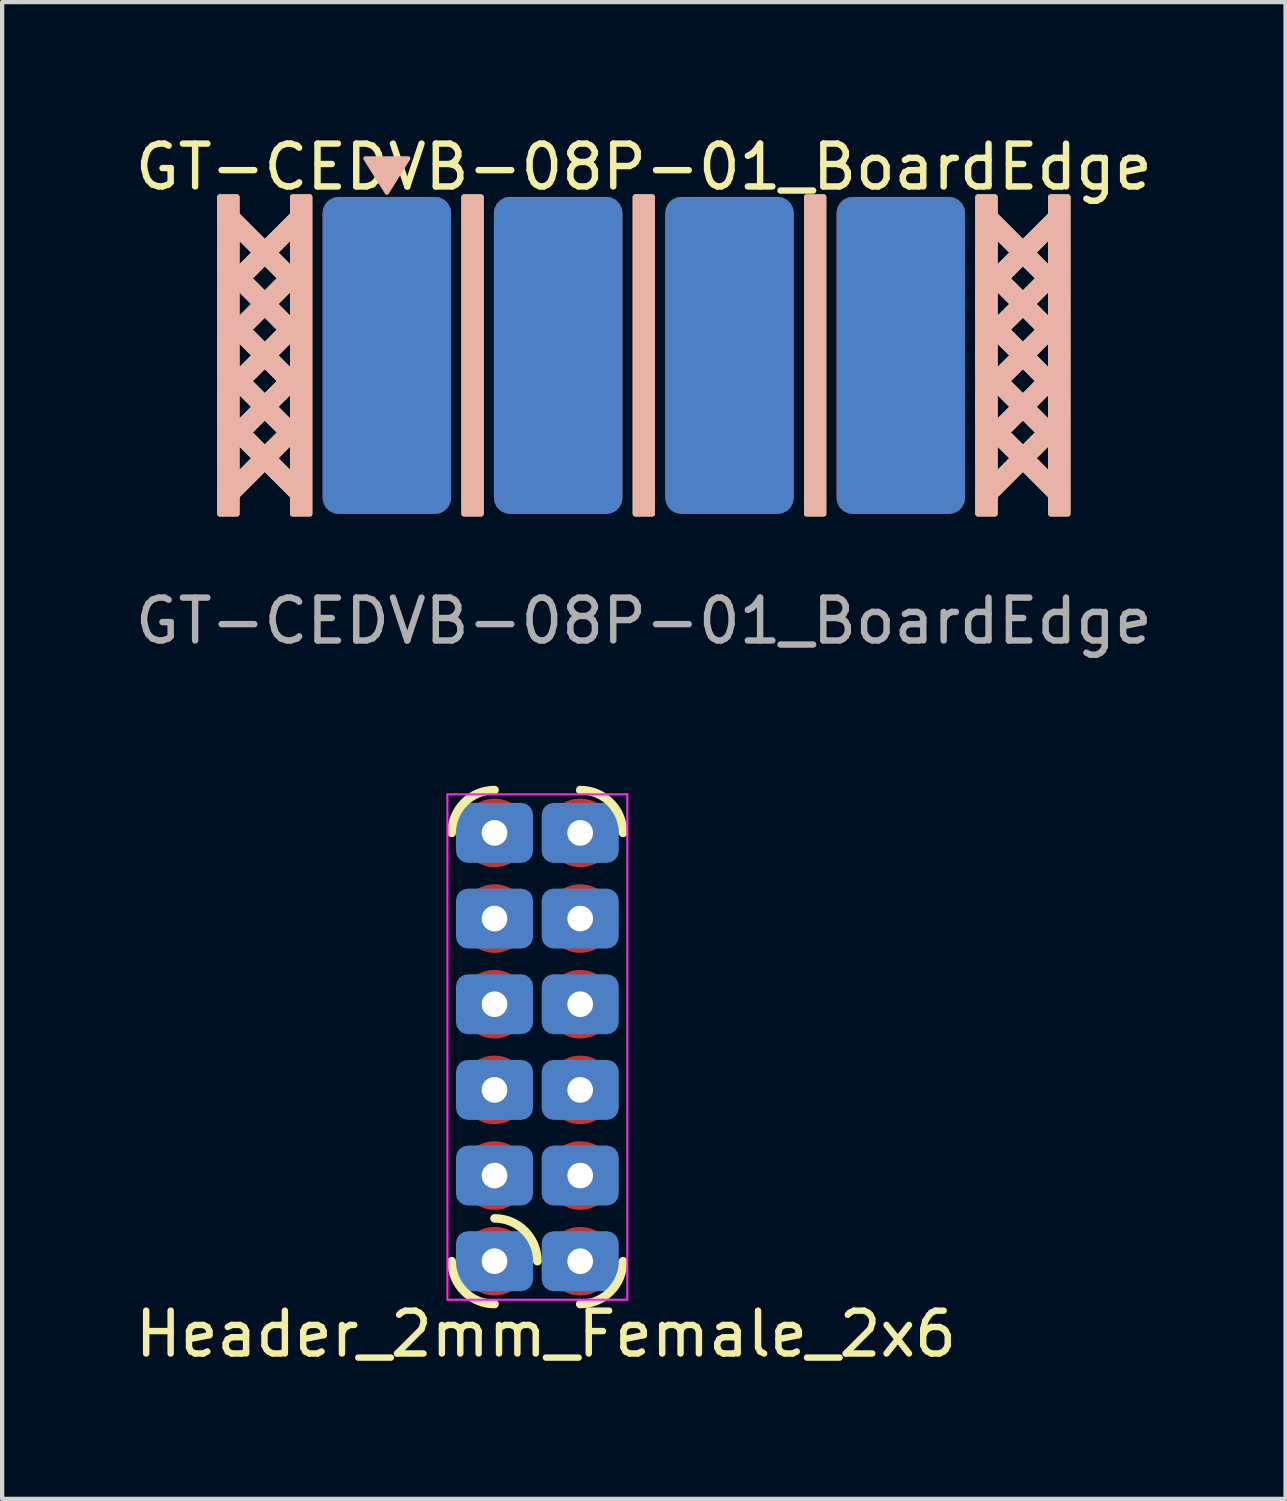
<source format=kicad_pcb>
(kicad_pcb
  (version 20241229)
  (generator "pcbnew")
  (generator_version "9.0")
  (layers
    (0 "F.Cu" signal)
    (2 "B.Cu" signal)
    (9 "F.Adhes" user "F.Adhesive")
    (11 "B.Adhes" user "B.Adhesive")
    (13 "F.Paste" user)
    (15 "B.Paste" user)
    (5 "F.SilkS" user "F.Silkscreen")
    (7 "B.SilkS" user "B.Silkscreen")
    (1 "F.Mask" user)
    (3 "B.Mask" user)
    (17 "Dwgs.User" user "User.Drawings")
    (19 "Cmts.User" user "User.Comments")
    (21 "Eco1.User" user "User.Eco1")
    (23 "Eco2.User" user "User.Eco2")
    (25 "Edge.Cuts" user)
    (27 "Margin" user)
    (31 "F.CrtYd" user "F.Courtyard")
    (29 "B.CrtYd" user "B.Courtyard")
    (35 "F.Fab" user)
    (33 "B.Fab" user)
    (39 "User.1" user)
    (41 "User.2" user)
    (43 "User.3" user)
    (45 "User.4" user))
  (footprint "GT-CEDVB-08P-01_BoardEdge"
    (layer "F.Cu")
    (at 11.982 9.048)
    (property "Reference" "GT-CEDVB-08P-01_BoardEdge" (at 0 -8.2 0) (unlocked yes) (layer "F.SilkS") (effects (font (size 1 1) (thickness 0.15))))
    (attr through_hole exclude_from_pos_files exclude_from_bom)
    (fp_rect (start -9.9 -7.5) (end -9.5 -0.1) (stroke (width 0.12) (type solid)) (fill yes) (layer "F.SilkS"))
    (fp_rect (start -8.2 -7.5) (end -7.8 -0.1) (stroke (width 0.12) (type solid)) (fill yes) (layer "F.SilkS"))
    (fp_rect (start -4.2 -7.5) (end -3.8 -0.1) (stroke (width 0.12) (type solid)) (fill yes) (layer "F.SilkS"))
    (fp_rect (start -0.2 -7.5) (end 0.2 -0.1) (stroke (width 0.12) (type solid)) (fill yes) (layer "F.SilkS"))
    (fp_rect (start 3.8 -7.5) (end 4.2 -0.1) (stroke (width 0.12) (type solid)) (fill yes) (layer "F.SilkS"))
    (fp_rect (start 7.8 -7.5) (end 8.2 -0.1) (stroke (width 0.12) (type solid)) (fill yes) (layer "F.SilkS"))
    (fp_rect (start 9.5 -7.5) (end 9.9 -0.1) (stroke (width 0.12) (type solid)) (fill yes) (layer "F.SilkS"))
    (fp_poly (pts (xy -9.9 -7.5) (xy -7.8 -5.4) (xy -7.8 -4.9) (xy -9.9 -7)) (stroke (width 0.1) (type solid)) (fill yes) (layer "F.SilkS"))
    (fp_poly (pts (xy -9.9 -6.3) (xy -7.8 -4.2) (xy -7.8 -3.7) (xy -9.9 -5.8)) (stroke (width 0.1) (type solid)) (fill yes) (layer "F.SilkS"))
    (fp_poly (pts (xy -9.9 -5.1) (xy -7.8 -3) (xy -7.8 -2.5) (xy -9.9 -4.6)) (stroke (width 0.1) (type solid)) (fill yes) (layer "F.SilkS"))
    (fp_poly (pts (xy -9.9 -3.9) (xy -7.8 -1.8) (xy -7.8 -1.3) (xy -9.9 -3.4)) (stroke (width 0.1) (type solid)) (fill yes) (layer "F.SilkS"))
    (fp_poly (pts (xy -9.9 -2.7) (xy -7.8 -0.6) (xy -7.8 -0.1) (xy -9.9 -2.2)) (stroke (width 0.1) (type solid)) (fill yes) (layer "F.SilkS"))
    (fp_poly (pts (xy -7.8 -7) (xy -9.9 -4.9) (xy -9.9 -5.4) (xy -7.8 -7.5)) (stroke (width 0.1) (type solid)) (fill yes) (layer "F.SilkS"))
    (fp_poly (pts (xy -7.8 -5.8) (xy -9.9 -3.7) (xy -9.9 -4.2) (xy -7.8 -6.3)) (stroke (width 0.1) (type solid)) (fill yes) (layer "F.SilkS"))
    (fp_poly (pts (xy -7.8 -4.6) (xy -9.9 -2.5) (xy -9.9 -3) (xy -7.8 -5.1)) (stroke (width 0.1) (type solid)) (fill yes) (layer "F.SilkS"))
    (fp_poly (pts (xy -7.8 -3.4) (xy -9.9 -1.3) (xy -9.9 -1.8) (xy -7.8 -3.9)) (stroke (width 0.1) (type solid)) (fill yes) (layer "F.SilkS"))
    (fp_poly (pts (xy -7.8 -2.2) (xy -9.9 -0.1) (xy -9.9 -0.6) (xy -7.8 -2.7)) (stroke (width 0.1) (type solid)) (fill yes) (layer "F.SilkS"))
    (fp_poly (pts (xy 7.8 -7.5) (xy 9.9 -5.4) (xy 9.9 -4.9) (xy 7.8 -7)) (stroke (width 0.1) (type solid)) (fill yes) (layer "F.SilkS"))
    (fp_poly (pts (xy 7.8 -6.3) (xy 9.9 -4.2) (xy 9.9 -3.7) (xy 7.8 -5.8)) (stroke (width 0.1) (type solid)) (fill yes) (layer "F.SilkS"))
    (fp_poly (pts (xy 7.8 -5.1) (xy 9.9 -3) (xy 9.9 -2.5) (xy 7.8 -4.6)) (stroke (width 0.1) (type solid)) (fill yes) (layer "F.SilkS"))
    (fp_poly (pts (xy 7.8 -3.9) (xy 9.9 -1.8) (xy 9.9 -1.3) (xy 7.8 -3.4)) (stroke (width 0.1) (type solid)) (fill yes) (layer "F.SilkS"))
    (fp_poly (pts (xy 7.8 -2.7) (xy 9.9 -0.6) (xy 9.9 -0.1) (xy 7.8 -2.2)) (stroke (width 0.1) (type solid)) (fill yes) (layer "F.SilkS"))
    (fp_poly (pts (xy 9.9 -7) (xy 7.8 -4.9) (xy 7.8 -5.4) (xy 9.9 -7.5)) (stroke (width 0.1) (type solid)) (fill yes) (layer "F.SilkS"))
    (fp_poly (pts (xy 9.9 -5.8) (xy 7.8 -3.7) (xy 7.8 -4.2) (xy 9.9 -6.3)) (stroke (width 0.1) (type solid)) (fill yes) (layer "F.SilkS"))
    (fp_poly (pts (xy 9.9 -4.6) (xy 7.8 -2.5) (xy 7.8 -3) (xy 9.9 -5.1)) (stroke (width 0.1) (type solid)) (fill yes) (layer "F.SilkS"))
    (fp_poly (pts (xy 9.9 -3.4) (xy 7.8 -1.3) (xy 7.8 -1.8) (xy 9.9 -3.9)) (stroke (width 0.1) (type solid)) (fill yes) (layer "F.SilkS"))
    (fp_poly (pts (xy 9.9 -2.2) (xy 7.8 -0.1) (xy 7.8 -0.6) (xy 9.9 -2.7)) (stroke (width 0.1) (type solid)) (fill yes) (layer "F.SilkS"))
    (fp_rect (start -9.9 -7.5) (end -9.5 -0.1) (stroke (width 0.12) (type solid)) (fill yes) (layer "B.SilkS"))
    (fp_rect (start -8.2 -7.5) (end -7.8 -0.1) (stroke (width 0.12) (type solid)) (fill yes) (layer "B.SilkS"))
    (fp_rect (start -4.2 -7.5) (end -3.8 -0.1) (stroke (width 0.12) (type solid)) (fill yes) (layer "B.SilkS"))
    (fp_rect (start -0.2 -7.5) (end 0.2 -0.1) (stroke (width 0.12) (type solid)) (fill yes) (layer "B.SilkS"))
    (fp_rect (start 3.8 -7.5) (end 4.2 -0.1) (stroke (width 0.12) (type solid)) (fill yes) (layer "B.SilkS"))
    (fp_rect (start 7.8 -7.5) (end 8.2 -0.1) (stroke (width 0.12) (type solid)) (fill yes) (layer "B.SilkS"))
    (fp_rect (start 9.5 -7.5) (end 9.9 -0.1) (stroke (width 0.12) (type solid)) (fill yes) (layer "B.SilkS"))
    (fp_poly (pts (xy -6 -7.6) (xy -6.5 -8.4) (xy -5.5 -8.4)) (stroke (width 0.1) (type solid)) (fill yes) (layer "B.SilkS"))
    (fp_poly (pts (xy -9.9 -7) (xy -7.8 -4.9) (xy -7.8 -5.4) (xy -9.9 -7.5)) (stroke (width 0.1) (type solid)) (fill yes) (layer "B.SilkS"))
    (fp_poly (pts (xy -9.9 -5.8) (xy -7.8 -3.7) (xy -7.8 -4.2) (xy -9.9 -6.3)) (stroke (width 0.1) (type solid)) (fill yes) (layer "B.SilkS"))
    (fp_poly (pts (xy -9.9 -4.6) (xy -7.8 -2.5) (xy -7.8 -3) (xy -9.9 -5.1)) (stroke (width 0.1) (type solid)) (fill yes) (layer "B.SilkS"))
    (fp_poly (pts (xy -9.9 -3.4) (xy -7.8 -1.3) (xy -7.8 -1.8) (xy -9.9 -3.9)) (stroke (width 0.1) (type solid)) (fill yes) (layer "B.SilkS"))
    (fp_poly (pts (xy -9.9 -2.2) (xy -7.8 -0.1) (xy -7.8 -0.6) (xy -9.9 -2.7)) (stroke (width 0.1) (type solid)) (fill yes) (layer "B.SilkS"))
    (fp_poly (pts (xy -7.8 -7.5) (xy -9.9 -5.4) (xy -9.9 -4.9) (xy -7.8 -7)) (stroke (width 0.1) (type solid)) (fill yes) (layer "B.SilkS"))
    (fp_poly (pts (xy -7.8 -6.3) (xy -9.9 -4.2) (xy -9.9 -3.7) (xy -7.8 -5.8)) (stroke (width 0.1) (type solid)) (fill yes) (layer "B.SilkS"))
    (fp_poly (pts (xy -7.8 -5.1) (xy -9.9 -3) (xy -9.9 -2.5) (xy -7.8 -4.6)) (stroke (width 0.1) (type solid)) (fill yes) (layer "B.SilkS"))
    (fp_poly (pts (xy -7.8 -3.9) (xy -9.9 -1.8) (xy -9.9 -1.3) (xy -7.8 -3.4)) (stroke (width 0.1) (type solid)) (fill yes) (layer "B.SilkS"))
    (fp_poly (pts (xy -7.8 -2.7) (xy -9.9 -0.6) (xy -9.9 -0.1) (xy -7.8 -2.2)) (stroke (width 0.1) (type solid)) (fill yes) (layer "B.SilkS"))
    (fp_poly (pts (xy 7.8 -7) (xy 9.9 -4.9) (xy 9.9 -5.4) (xy 7.8 -7.5)) (stroke (width 0.1) (type solid)) (fill yes) (layer "B.SilkS"))
    (fp_poly (pts (xy 7.8 -5.8) (xy 9.9 -3.7) (xy 9.9 -4.2) (xy 7.8 -6.3)) (stroke (width 0.1) (type solid)) (fill yes) (layer "B.SilkS"))
    (fp_poly (pts (xy 7.8 -4.6) (xy 9.9 -2.5) (xy 9.9 -3) (xy 7.8 -5.1)) (stroke (width 0.1) (type solid)) (fill yes) (layer "B.SilkS"))
    (fp_poly (pts (xy 7.8 -3.4) (xy 9.9 -1.3) (xy 9.9 -1.8) (xy 7.8 -3.9)) (stroke (width 0.1) (type solid)) (fill yes) (layer "B.SilkS"))
    (fp_poly (pts (xy 7.8 -2.2) (xy 9.9 -0.1) (xy 9.9 -0.6) (xy 7.8 -2.7)) (stroke (width 0.1) (type solid)) (fill yes) (layer "B.SilkS"))
    (fp_poly (pts (xy 9.9 -7.5) (xy 7.8 -5.4) (xy 7.8 -4.9) (xy 9.9 -7)) (stroke (width 0.1) (type solid)) (fill yes) (layer "B.SilkS"))
    (fp_poly (pts (xy 9.9 -6.3) (xy 7.8 -4.2) (xy 7.8 -3.7) (xy 9.9 -5.8)) (stroke (width 0.1) (type solid)) (fill yes) (layer "B.SilkS"))
    (fp_poly (pts (xy 9.9 -5.1) (xy 7.8 -3) (xy 7.8 -2.5) (xy 9.9 -4.6)) (stroke (width 0.1) (type solid)) (fill yes) (layer "B.SilkS"))
    (fp_poly (pts (xy 9.9 -3.9) (xy 7.8 -1.8) (xy 7.8 -1.3) (xy 9.9 -3.4)) (stroke (width 0.1) (type solid)) (fill yes) (layer "B.SilkS"))
    (fp_poly (pts (xy 9.9 -2.7) (xy 7.8 -0.6) (xy 7.8 -0.1) (xy 9.9 -2.2)) (stroke (width 0.1) (type solid)) (fill yes) (layer "B.SilkS"))
    (fp_text user "${REFERENCE}" (at 0 2.4 0) (unlocked yes) (layer "F.Fab") (effects (font (size 1 1) (thickness 0.15))))
    (pad "1" smd roundrect (at -6 -3.8 180) (size 3 7.4) (layers "B.Cu" "B.Mask" "B.Paste") (roundrect_rratio 0.125))
    (pad "2" smd roundrect (at -6 -3.8 180) (size 3 7.4) (layers "F.Cu" "F.Mask" "F.Paste") (roundrect_rratio 0.125))
    (pad "3" smd roundrect (at -2 -3.8 180) (size 3 7.4) (layers "B.Cu" "B.Mask" "B.Paste") (roundrect_rratio 0.125))
    (pad "4" smd roundrect (at -2 -3.8 180) (size 3 7.4) (layers "F.Cu" "F.Mask" "F.Paste") (roundrect_rratio 0.125))
    (pad "5" smd roundrect (at 2 -3.8 180) (size 3 7.4) (layers "B.Cu" "B.Mask" "B.Paste") (roundrect_rratio 0.125))
    (pad "6" smd roundrect (at 2 -3.8 180) (size 3 7.4) (layers "F.Cu" "F.Mask" "F.Paste") (roundrect_rratio 0.125))
    (pad "7" smd roundrect (at 6 -3.8 180) (size 3 7.4) (layers "B.Cu" "B.Mask" "B.Paste") (roundrect_rratio 0.125))
    (pad "8" smd roundrect (at 6 -3.8 180) (size 3 7.4) (layers "F.Cu" "F.Mask" "F.Paste") (roundrect_rratio 0.125)))
  (footprint "Header_2mm_Female_2x6"
    (layer "F.Cu")
    (at 8.496 26.396)
    (property "Reference" "Header_2mm_Female_2x6" (at 1.2 1.7 180) (layer "F.SilkS") (effects (font (size 1 1) (thickness 0.15))))
    (attr through_hole)
    (fp_arc (start -1 -10.000001) (mid -0.707106 -10.707107) (end 0 -11) (stroke (width 0.2) (type solid)) (layer "F.SilkS"))
    (fp_arc (start -0.000001 1) (mid -0.707107 0.707106) (end -1 0) (stroke (width 0.2) (type solid)) (layer "F.SilkS"))
    (fp_arc (start 0.000001 -1) (mid 0.707107 -0.707106) (end 1 0) (stroke (width 0.2) (type solid)) (layer "F.SilkS"))
    (fp_arc (start 2.000001 -11) (mid 2.707107 -10.707106) (end 3 -10) (stroke (width 0.2) (type solid)) (layer "F.SilkS"))
    (fp_arc (start 3 0.000001) (mid 2.707106 0.707107) (end 2 1) (stroke (width 0.2) (type solid)) (layer "F.SilkS"))
    (fp_line (start -1.1 -10.9) (end -1.1 0.9) (stroke (width 0.05) (type default)) (layer "F.CrtYd"))
    (fp_line (start 3.1 -10.9) (end -1.1 -10.9) (stroke (width 0.05) (type default)) (layer "F.CrtYd"))
    (fp_line (start 3.1 0.9) (end -1.1 0.9) (stroke (width 0.05) (type default)) (layer "F.CrtYd"))
    (fp_line (start 3.1 0.9) (end 3.1 -10.9) (stroke (width 0.05) (type default)) (layer "F.CrtYd"))
    (pad "1" thru_hole circle (at 0 0 90) (size 1 1) (drill 0.6) (layers "*.Cu" "*.Mask"))
    (pad "1" smd roundrect (at 0 0 270) (size 1.4 1.8) (layers "B.Cu" "B.Mask" "B.Paste") (roundrect_rratio 0.2))
    (pad "1" smd circle (at 0 0 90) (size 1.6 1.6) (layers "F.Cu" "F.Mask" "F.Paste"))
    (pad "2" thru_hole circle (at 2 0 90) (size 1 1) (drill 0.6) (layers "*.Cu" "*.Mask"))
    (pad "2" smd roundrect (at 2 0 270) (size 1.4 1.8) (layers "B.Cu" "B.Mask" "B.Paste") (roundrect_rratio 0.2))
    (pad "2" smd circle (at 2 0 90) (size 1.6 1.6) (layers "F.Cu" "F.Mask" "F.Paste"))
    (pad "3" thru_hole circle (at 0 -2 90) (size 1 1) (drill 0.6) (layers "*.Cu" "*.Mask"))
    (pad "3" smd roundrect (at 0 -2 270) (size 1.4 1.8) (layers "B.Cu" "B.Mask" "B.Paste") (roundrect_rratio 0.2))
    (pad "3" smd circle (at 0 -2 90) (size 1.6 1.6) (layers "F.Cu" "F.Mask" "F.Paste"))
    (pad "4" thru_hole circle (at 2 -2 90) (size 1 1) (drill 0.6) (layers "*.Cu" "*.Mask"))
    (pad "4" smd roundrect (at 2 -2 270) (size 1.4 1.8) (layers "B.Cu" "B.Mask" "B.Paste") (roundrect_rratio 0.2))
    (pad "4" smd circle (at 2 -2 90) (size 1.6 1.6) (layers "F.Cu" "F.Mask" "F.Paste"))
    (pad "5" thru_hole circle (at 0 -4 90) (size 1 1) (drill 0.6) (layers "*.Cu" "*.Mask"))
    (pad "5" smd roundrect (at 0 -4 270) (size 1.4 1.8) (layers "B.Cu" "B.Mask" "B.Paste") (roundrect_rratio 0.2))
    (pad "5" smd circle (at 0 -4 90) (size 1.6 1.6) (layers "F.Cu" "F.Mask" "F.Paste"))
    (pad "6" thru_hole circle (at 2 -4 90) (size 1 1) (drill 0.6) (layers "*.Cu" "*.Mask"))
    (pad "6" smd roundrect (at 2 -4 270) (size 1.4 1.8) (layers "B.Cu" "B.Mask" "B.Paste") (roundrect_rratio 0.2))
    (pad "6" smd circle (at 2 -4 90) (size 1.6 1.6) (layers "F.Cu" "F.Mask" "F.Paste"))
    (pad "7" thru_hole circle (at 0 -6 90) (size 1 1) (drill 0.6) (layers "*.Cu" "*.Mask"))
    (pad "7" smd roundrect (at 0 -6 270) (size 1.4 1.8) (layers "B.Cu" "B.Mask" "B.Paste") (roundrect_rratio 0.2))
    (pad "7" smd circle (at 0 -6 90) (size 1.6 1.6) (layers "F.Cu" "F.Mask" "F.Paste"))
    (pad "8" thru_hole circle (at 2 -6 90) (size 1 1) (drill 0.6) (layers "*.Cu" "*.Mask"))
    (pad "8" smd roundrect (at 2 -6 270) (size 1.4 1.8) (layers "B.Cu" "B.Mask" "B.Paste") (roundrect_rratio 0.2))
    (pad "8" smd circle (at 2 -6 90) (size 1.6 1.6) (layers "F.Cu" "F.Mask" "F.Paste"))
    (pad "9" thru_hole circle (at 0 -8 90) (size 1 1) (drill 0.6) (layers "*.Cu" "*.Mask"))
    (pad "9" smd roundrect (at 0 -8 270) (size 1.4 1.8) (layers "B.Cu" "B.Mask" "B.Paste") (roundrect_rratio 0.2))
    (pad "9" smd circle (at 0 -8 90) (size 1.6 1.6) (layers "F.Cu" "F.Mask" "F.Paste"))
    (pad "10" thru_hole circle (at 2 -8 90) (size 1 1) (drill 0.6) (layers "*.Cu" "*.Mask"))
    (pad "10" smd roundrect (at 2 -8 270) (size 1.4 1.8) (layers "B.Cu" "B.Mask" "B.Paste") (roundrect_rratio 0.2))
    (pad "10" smd circle (at 2 -8 90) (size 1.6 1.6) (layers "F.Cu" "F.Mask" "F.Paste"))
    (pad "11" thru_hole circle (at 0 -10 90) (size 1 1) (drill 0.6) (layers "*.Cu" "*.Mask"))
    (pad "11" smd roundrect (at 0 -10 270) (size 1.4 1.8) (layers "B.Cu" "B.Mask" "B.Paste") (roundrect_rratio 0.2))
    (pad "11" smd circle (at 0 -10 90) (size 1.6 1.6) (layers "F.Cu" "F.Mask" "F.Paste"))
    (pad "12" thru_hole circle (at 2 -10 90) (size 1 1) (drill 0.6) (layers "*.Cu" "*.Mask"))
    (pad "12" smd roundrect (at 2 -10 270) (size 1.4 1.8) (layers "B.Cu" "B.Mask" "B.Paste") (roundrect_rratio 0.2))
    (pad "12" smd circle (at 2 -10 90) (size 1.6 1.6) (layers "F.Cu" "F.Mask" "F.Paste")))
  (gr_rect
    (start -3 -3)
    (end 26.964 31.945)
    (stroke (width 0.1) (type default))
    (fill no)
    (layer "Edge.Cuts")))
</source>
